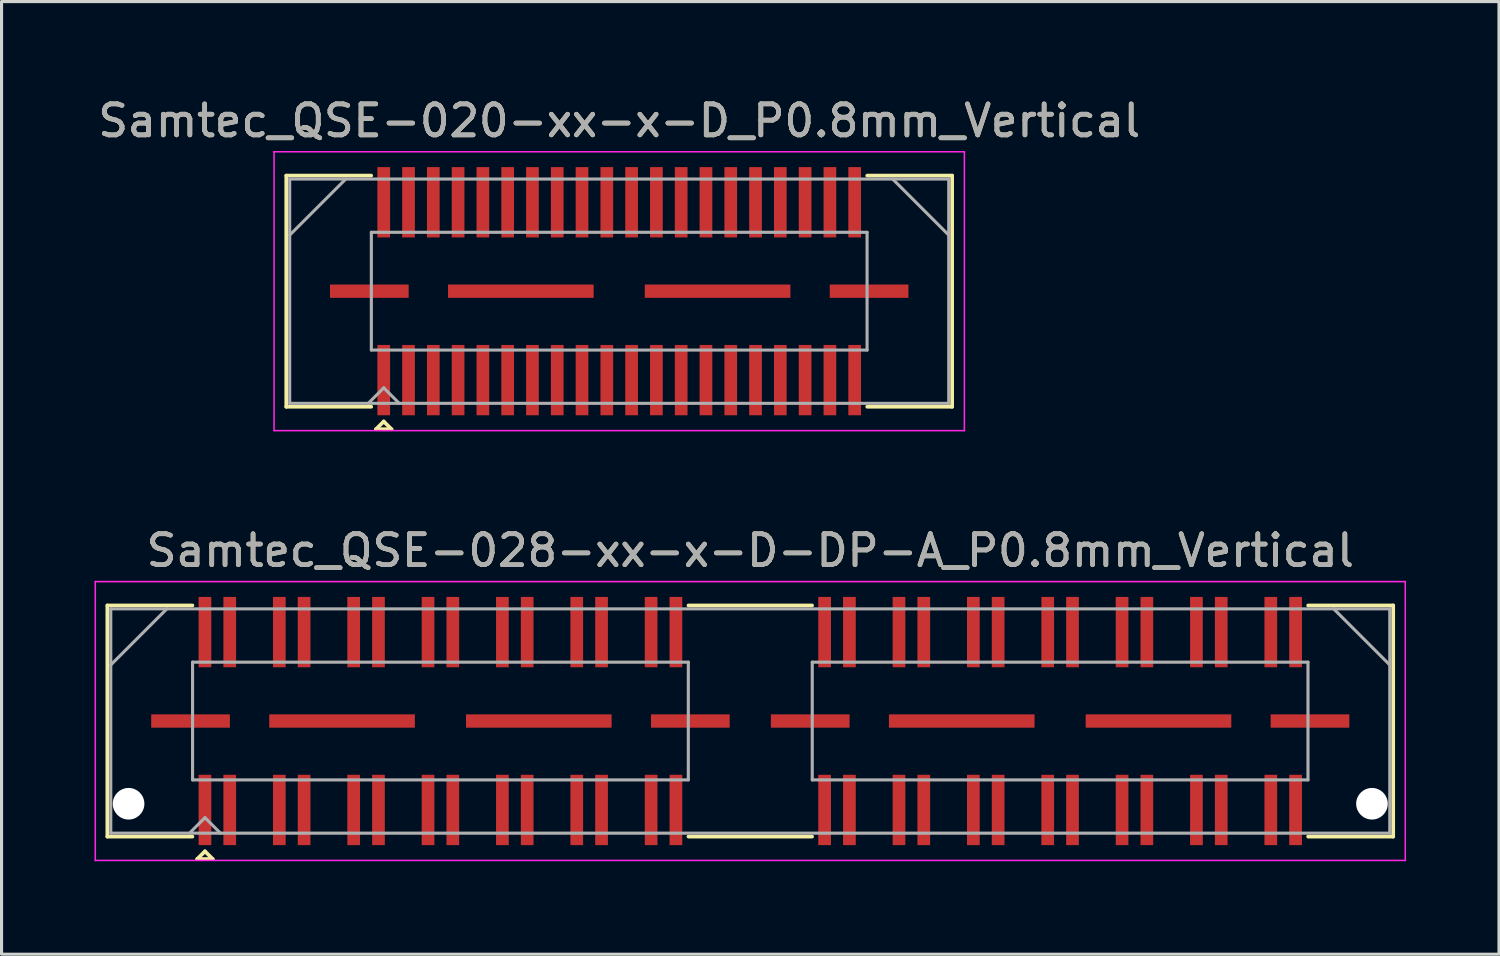
<source format=kicad_pcb>
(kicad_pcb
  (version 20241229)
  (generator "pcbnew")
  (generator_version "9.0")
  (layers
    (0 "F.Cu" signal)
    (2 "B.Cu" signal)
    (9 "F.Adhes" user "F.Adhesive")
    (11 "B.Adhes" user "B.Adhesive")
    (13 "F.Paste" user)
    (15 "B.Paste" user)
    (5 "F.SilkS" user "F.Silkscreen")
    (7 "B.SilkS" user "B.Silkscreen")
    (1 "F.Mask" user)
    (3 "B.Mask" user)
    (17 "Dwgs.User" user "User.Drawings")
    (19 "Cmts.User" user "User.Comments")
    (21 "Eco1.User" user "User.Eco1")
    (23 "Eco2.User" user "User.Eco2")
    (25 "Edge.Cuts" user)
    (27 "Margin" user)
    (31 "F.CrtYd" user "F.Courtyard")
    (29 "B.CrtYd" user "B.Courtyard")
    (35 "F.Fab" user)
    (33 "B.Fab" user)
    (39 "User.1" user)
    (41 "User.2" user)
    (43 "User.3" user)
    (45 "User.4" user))
  (footprint "Samtec_QSE-028-xx-x-D-DP-A_P0.8mm_Vertical"
    (layer "F.Cu")
    (at 21.165 20.221)
    (property "Reference" "Samtec_QSE-028-xx-x-D-DP-A_P0.8mm_Vertical" (at 0 -5.5 0) (layer "F.SilkS") (effects (font (size 1 1) (thickness 0.15))))
    (attr smd)
    (fp_line (start -20.75 -3.73) (end -18.005 -3.73) (stroke (width 0.12) (type solid)) (layer "F.SilkS"))
    (fp_line (start -20.75 3.73) (end -20.75 -3.73) (stroke (width 0.12) (type solid)) (layer "F.SilkS"))
    (fp_line (start -18.005 3.73) (end -20.75 3.73) (stroke (width 0.12) (type solid)) (layer "F.SilkS"))
    (fp_line (start -17.85 4.455) (end -17.6 4.205) (stroke (width 0.12) (type solid)) (layer "F.SilkS"))
    (fp_line (start -17.6 4.205) (end -17.35 4.455) (stroke (width 0.12) (type solid)) (layer "F.SilkS"))
    (fp_line (start -17.35 4.455) (end -17.85 4.455) (stroke (width 0.12) (type solid)) (layer "F.SilkS"))
    (fp_line (start -1.995 -3.73) (end 1.995 -3.73) (stroke (width 0.12) (type solid)) (layer "F.SilkS"))
    (fp_line (start -1.995 3.73) (end 1.995 3.73) (stroke (width 0.12) (type solid)) (layer "F.SilkS"))
    (fp_line (start 18.005 3.73) (end 20.75 3.73) (stroke (width 0.12) (type solid)) (layer "F.SilkS"))
    (fp_line (start 20.75 -3.73) (end 18.005 -3.73) (stroke (width 0.12) (type solid)) (layer "F.SilkS"))
    (fp_line (start 20.75 3.73) (end 20.75 -3.73) (stroke (width 0.12) (type solid)) (layer "F.SilkS"))
    (fp_line (start -21.14 -4.5) (end -21.14 4.5) (stroke (width 0.05) (type solid)) (layer "F.CrtYd"))
    (fp_line (start -21.14 4.5) (end 21.14 4.5) (stroke (width 0.05) (type solid)) (layer "F.CrtYd"))
    (fp_line (start 21.14 -4.5) (end -21.14 -4.5) (stroke (width 0.05) (type solid)) (layer "F.CrtYd"))
    (fp_line (start 21.14 4.5) (end 21.14 -4.5) (stroke (width 0.05) (type solid)) (layer "F.CrtYd"))
    (fp_line (start -20.64 -3.62) (end -20.64 3.62) (stroke (width 0.1) (type solid)) (layer "F.Fab"))
    (fp_line (start -20.64 -1.81) (end -18.83 -3.62) (stroke (width 0.1) (type solid)) (layer "F.Fab"))
    (fp_line (start -20.64 3.62) (end 20.64 3.62) (stroke (width 0.1) (type solid)) (layer "F.Fab"))
    (fp_line (start -18.1 3.62) (end -17.6 3.12) (stroke (width 0.1) (type solid)) (layer "F.Fab"))
    (fp_line (start -18 -1.9) (end -18 1.9) (stroke (width 0.1) (type solid)) (layer "F.Fab"))
    (fp_line (start -18 1.9) (end -2 1.9) (stroke (width 0.1) (type solid)) (layer "F.Fab"))
    (fp_line (start -17.6 3.12) (end -17.1 3.62) (stroke (width 0.1) (type solid)) (layer "F.Fab"))
    (fp_line (start -2 -1.9) (end -18 -1.9) (stroke (width 0.1) (type solid)) (layer "F.Fab"))
    (fp_line (start -2 1.9) (end -2 -1.9) (stroke (width 0.1) (type solid)) (layer "F.Fab"))
    (fp_line (start 2 -1.9) (end 2 1.9) (stroke (width 0.1) (type solid)) (layer "F.Fab"))
    (fp_line (start 2 1.9) (end 18 1.9) (stroke (width 0.1) (type solid)) (layer "F.Fab"))
    (fp_line (start 18 -1.9) (end 2 -1.9) (stroke (width 0.1) (type solid)) (layer "F.Fab"))
    (fp_line (start 18 1.9) (end 18 -1.9) (stroke (width 0.1) (type solid)) (layer "F.Fab"))
    (fp_line (start 20.64 -3.62) (end -20.64 -3.62) (stroke (width 0.1) (type solid)) (layer "F.Fab"))
    (fp_line (start 20.64 -1.81) (end 18.83 -3.62) (stroke (width 0.1) (type solid)) (layer "F.Fab"))
    (fp_line (start 20.64 3.62) (end 20.64 -3.62) (stroke (width 0.1) (type solid)) (layer "F.Fab"))
    (fp_text user "${REFERENCE}" (at 0 -5.5 0) (layer "F.Fab") (effects (font (size 1 1) (thickness 0.15))))
    (pad "" np_thru_hole circle (at -20.065 2.67) (size 1.02 1.02) (drill 1.02) (layers "*.Cu" "*.Mask"))
    (pad "" np_thru_hole circle (at 20.065 2.67) (size 1.02 1.02) (drill 1.02) (layers "*.Cu" "*.Mask"))
    (pad "1" smd rect (at -17.6 2.87) (size 0.41 2.27) (layers "F.Cu" "F.Mask" "F.Paste"))
    (pad "2" smd rect (at -17.6 -2.87) (size 0.41 2.27) (layers "F.Cu" "F.Mask" "F.Paste"))
    (pad "3" smd rect (at -16.8 2.87) (size 0.41 2.27) (layers "F.Cu" "F.Mask" "F.Paste"))
    (pad "4" smd rect (at -16.8 -2.87) (size 0.41 2.27) (layers "F.Cu" "F.Mask" "F.Paste"))
    (pad "5" smd rect (at -15.2 2.87) (size 0.41 2.27) (layers "F.Cu" "F.Mask" "F.Paste"))
    (pad "6" smd rect (at -15.2 -2.87) (size 0.41 2.27) (layers "F.Cu" "F.Mask" "F.Paste"))
    (pad "7" smd rect (at -14.4 2.87) (size 0.41 2.27) (layers "F.Cu" "F.Mask" "F.Paste"))
    (pad "8" smd rect (at -14.4 -2.87) (size 0.41 2.27) (layers "F.Cu" "F.Mask" "F.Paste"))
    (pad "9" smd rect (at -12.8 2.87) (size 0.41 2.27) (layers "F.Cu" "F.Mask" "F.Paste"))
    (pad "10" smd rect (at -12.8 -2.87) (size 0.41 2.27) (layers "F.Cu" "F.Mask" "F.Paste"))
    (pad "11" smd rect (at -12 2.87) (size 0.41 2.27) (layers "F.Cu" "F.Mask" "F.Paste"))
    (pad "12" smd rect (at -12 -2.87) (size 0.41 2.27) (layers "F.Cu" "F.Mask" "F.Paste"))
    (pad "13" smd rect (at -10.4 2.87) (size 0.41 2.27) (layers "F.Cu" "F.Mask" "F.Paste"))
    (pad "14" smd rect (at -10.4 -2.87) (size 0.41 2.27) (layers "F.Cu" "F.Mask" "F.Paste"))
    (pad "15" smd rect (at -9.6 2.87) (size 0.41 2.27) (layers "F.Cu" "F.Mask" "F.Paste"))
    (pad "16" smd rect (at -9.6 -2.87) (size 0.41 2.27) (layers "F.Cu" "F.Mask" "F.Paste"))
    (pad "17" smd rect (at -8 2.87) (size 0.41 2.27) (layers "F.Cu" "F.Mask" "F.Paste"))
    (pad "18" smd rect (at -8 -2.87) (size 0.41 2.27) (layers "F.Cu" "F.Mask" "F.Paste"))
    (pad "19" smd rect (at -7.2 2.87) (size 0.41 2.27) (layers "F.Cu" "F.Mask" "F.Paste"))
    (pad "20" smd rect (at -7.2 -2.87) (size 0.41 2.27) (layers "F.Cu" "F.Mask" "F.Paste"))
    (pad "21" smd rect (at -5.6 2.87) (size 0.41 2.27) (layers "F.Cu" "F.Mask" "F.Paste"))
    (pad "22" smd rect (at -5.6 -2.87) (size 0.41 2.27) (layers "F.Cu" "F.Mask" "F.Paste"))
    (pad "23" smd rect (at -4.8 2.87) (size 0.41 2.27) (layers "F.Cu" "F.Mask" "F.Paste"))
    (pad "24" smd rect (at -4.8 -2.87) (size 0.41 2.27) (layers "F.Cu" "F.Mask" "F.Paste"))
    (pad "25" smd rect (at -3.2 2.87) (size 0.41 2.27) (layers "F.Cu" "F.Mask" "F.Paste"))
    (pad "26" smd rect (at -3.2 -2.87) (size 0.41 2.27) (layers "F.Cu" "F.Mask" "F.Paste"))
    (pad "27" smd rect (at -2.4 2.87) (size 0.41 2.27) (layers "F.Cu" "F.Mask" "F.Paste"))
    (pad "28" smd rect (at -2.4 -2.87) (size 0.41 2.27) (layers "F.Cu" "F.Mask" "F.Paste"))
    (pad "29" smd rect (at 2.4 2.87) (size 0.41 2.27) (layers "F.Cu" "F.Mask" "F.Paste"))
    (pad "30" smd rect (at 2.4 -2.87) (size 0.41 2.27) (layers "F.Cu" "F.Mask" "F.Paste"))
    (pad "31" smd rect (at 3.2 2.87) (size 0.41 2.27) (layers "F.Cu" "F.Mask" "F.Paste"))
    (pad "32" smd rect (at 3.2 -2.87) (size 0.41 2.27) (layers "F.Cu" "F.Mask" "F.Paste"))
    (pad "33" smd rect (at 4.8 2.87) (size 0.41 2.27) (layers "F.Cu" "F.Mask" "F.Paste"))
    (pad "34" smd rect (at 4.8 -2.87) (size 0.41 2.27) (layers "F.Cu" "F.Mask" "F.Paste"))
    (pad "35" smd rect (at 5.6 2.87) (size 0.41 2.27) (layers "F.Cu" "F.Mask" "F.Paste"))
    (pad "36" smd rect (at 5.6 -2.87) (size 0.41 2.27) (layers "F.Cu" "F.Mask" "F.Paste"))
    (pad "37" smd rect (at 7.2 2.87) (size 0.41 2.27) (layers "F.Cu" "F.Mask" "F.Paste"))
    (pad "38" smd rect (at 7.2 -2.87) (size 0.41 2.27) (layers "F.Cu" "F.Mask" "F.Paste"))
    (pad "39" smd rect (at 8 2.87) (size 0.41 2.27) (layers "F.Cu" "F.Mask" "F.Paste"))
    (pad "40" smd rect (at 8 -2.87) (size 0.41 2.27) (layers "F.Cu" "F.Mask" "F.Paste"))
    (pad "41" smd rect (at 9.6 2.87) (size 0.41 2.27) (layers "F.Cu" "F.Mask" "F.Paste"))
    (pad "42" smd rect (at 9.6 -2.87) (size 0.41 2.27) (layers "F.Cu" "F.Mask" "F.Paste"))
    (pad "43" smd rect (at 10.4 2.87) (size 0.41 2.27) (layers "F.Cu" "F.Mask" "F.Paste"))
    (pad "44" smd rect (at 10.4 -2.87) (size 0.41 2.27) (layers "F.Cu" "F.Mask" "F.Paste"))
    (pad "45" smd rect (at 12 2.87) (size 0.41 2.27) (layers "F.Cu" "F.Mask" "F.Paste"))
    (pad "46" smd rect (at 12 -2.87) (size 0.41 2.27) (layers "F.Cu" "F.Mask" "F.Paste"))
    (pad "47" smd rect (at 12.8 2.87) (size 0.41 2.27) (layers "F.Cu" "F.Mask" "F.Paste"))
    (pad "48" smd rect (at 12.8 -2.87) (size 0.41 2.27) (layers "F.Cu" "F.Mask" "F.Paste"))
    (pad "49" smd rect (at 14.4 2.87) (size 0.41 2.27) (layers "F.Cu" "F.Mask" "F.Paste"))
    (pad "50" smd rect (at 14.4 -2.87) (size 0.41 2.27) (layers "F.Cu" "F.Mask" "F.Paste"))
    (pad "51" smd rect (at 15.2 2.87) (size 0.41 2.27) (layers "F.Cu" "F.Mask" "F.Paste"))
    (pad "52" smd rect (at 15.2 -2.87) (size 0.41 2.27) (layers "F.Cu" "F.Mask" "F.Paste"))
    (pad "53" smd rect (at 16.8 2.87) (size 0.41 2.27) (layers "F.Cu" "F.Mask" "F.Paste"))
    (pad "54" smd rect (at 16.8 -2.87) (size 0.41 2.27) (layers "F.Cu" "F.Mask" "F.Paste"))
    (pad "55" smd rect (at 17.6 2.87) (size 0.41 2.27) (layers "F.Cu" "F.Mask" "F.Paste"))
    (pad "56" smd rect (at 17.6 -2.87) (size 0.41 2.27) (layers "F.Cu" "F.Mask" "F.Paste"))
    (pad "P1" smd rect (at -18.065 0) (size 2.54 0.43) (layers "F.Cu" "F.Mask" "F.Paste"))
    (pad "P1" smd rect (at -13.175 0) (size 4.7 0.43) (layers "F.Cu" "F.Mask" "F.Paste"))
    (pad "P1" smd rect (at -6.825 0) (size 4.7 0.43) (layers "F.Cu" "F.Mask" "F.Paste"))
    (pad "P1" smd rect (at -1.935 0) (size 2.54 0.43) (layers "F.Cu" "F.Mask" "F.Paste"))
    (pad "P2" smd rect (at 1.935 0) (size 2.54 0.43) (layers "F.Cu" "F.Mask" "F.Paste"))
    (pad "P2" smd rect (at 6.825 0) (size 4.7 0.43) (layers "F.Cu" "F.Mask" "F.Paste"))
    (pad "P2" smd rect (at 13.175 0) (size 4.7 0.43) (layers "F.Cu" "F.Mask" "F.Paste"))
    (pad "P2" smd rect (at 18.065 0) (size 2.54 0.43) (layers "F.Cu" "F.Mask" "F.Paste")))
  (footprint "Samtec_QSE-020-xx-x-D_P0.8mm_Vertical"
    (layer "F.Cu")
    (at 16.935 6.348)
    (property "Reference" "Samtec_QSE-020-xx-x-D_P0.8mm_Vertical" (at 0 -5.5 0) (layer "F.SilkS") (effects (font (size 1 1) (thickness 0.15))))
    (attr smd)
    (fp_line (start -10.745 -3.73) (end -8.005 -3.73) (stroke (width 0.12) (type solid)) (layer "F.SilkS"))
    (fp_line (start -10.745 3.73) (end -10.745 -3.73) (stroke (width 0.12) (type solid)) (layer "F.SilkS"))
    (fp_line (start -8.005 3.73) (end -10.745 3.73) (stroke (width 0.12) (type solid)) (layer "F.SilkS"))
    (fp_line (start -7.85 4.455) (end -7.6 4.205) (stroke (width 0.12) (type solid)) (layer "F.SilkS"))
    (fp_line (start -7.6 4.205) (end -7.35 4.455) (stroke (width 0.12) (type solid)) (layer "F.SilkS"))
    (fp_line (start -7.35 4.455) (end -7.85 4.455) (stroke (width 0.12) (type solid)) (layer "F.SilkS"))
    (fp_line (start 8.005 3.73) (end 10.745 3.73) (stroke (width 0.12) (type solid)) (layer "F.SilkS"))
    (fp_line (start 10.745 -3.73) (end 8.005 -3.73) (stroke (width 0.12) (type solid)) (layer "F.SilkS"))
    (fp_line (start 10.745 3.73) (end 10.745 -3.73) (stroke (width 0.12) (type solid)) (layer "F.SilkS"))
    (fp_line (start -11.14 -4.5) (end -11.14 4.5) (stroke (width 0.05) (type solid)) (layer "F.CrtYd"))
    (fp_line (start -11.14 4.5) (end 11.14 4.5) (stroke (width 0.05) (type solid)) (layer "F.CrtYd"))
    (fp_line (start 11.14 -4.5) (end -11.14 -4.5) (stroke (width 0.05) (type solid)) (layer "F.CrtYd"))
    (fp_line (start 11.14 4.5) (end 11.14 -4.5) (stroke (width 0.05) (type solid)) (layer "F.CrtYd"))
    (fp_line (start -10.635 -3.62) (end -10.635 3.62) (stroke (width 0.1) (type solid)) (layer "F.Fab"))
    (fp_line (start -10.635 -1.81) (end -8.825 -3.62) (stroke (width 0.1) (type solid)) (layer "F.Fab"))
    (fp_line (start -10.635 3.62) (end 10.635 3.62) (stroke (width 0.1) (type solid)) (layer "F.Fab"))
    (fp_line (start -8.1 3.62) (end -7.6 3.12) (stroke (width 0.1) (type solid)) (layer "F.Fab"))
    (fp_line (start -8 -1.9) (end -8 1.9) (stroke (width 0.1) (type solid)) (layer "F.Fab"))
    (fp_line (start -8 1.9) (end 8 1.9) (stroke (width 0.1) (type solid)) (layer "F.Fab"))
    (fp_line (start -7.6 3.12) (end -7.1 3.62) (stroke (width 0.1) (type solid)) (layer "F.Fab"))
    (fp_line (start 8 -1.9) (end -8 -1.9) (stroke (width 0.1) (type solid)) (layer "F.Fab"))
    (fp_line (start 8 1.9) (end 8 -1.9) (stroke (width 0.1) (type solid)) (layer "F.Fab"))
    (fp_line (start 10.635 -3.62) (end -10.635 -3.62) (stroke (width 0.1) (type solid)) (layer "F.Fab"))
    (fp_line (start 10.635 -1.81) (end 8.825 -3.62) (stroke (width 0.1) (type solid)) (layer "F.Fab"))
    (fp_line (start 10.635 3.62) (end 10.635 -3.62) (stroke (width 0.1) (type solid)) (layer "F.Fab"))
    (fp_text user "${REFERENCE}" (at 0 -5.5 0) (layer "F.Fab") (effects (font (size 1 1) (thickness 0.15))))
    (pad "1" smd rect (at -7.6 2.87) (size 0.41 2.27) (layers "F.Cu" "F.Mask" "F.Paste"))
    (pad "2" smd rect (at -7.6 -2.87) (size 0.41 2.27) (layers "F.Cu" "F.Mask" "F.Paste"))
    (pad "3" smd rect (at -6.8 2.87) (size 0.41 2.27) (layers "F.Cu" "F.Mask" "F.Paste"))
    (pad "4" smd rect (at -6.8 -2.87) (size 0.41 2.27) (layers "F.Cu" "F.Mask" "F.Paste"))
    (pad "5" smd rect (at -6 2.87) (size 0.41 2.27) (layers "F.Cu" "F.Mask" "F.Paste"))
    (pad "6" smd rect (at -6 -2.87) (size 0.41 2.27) (layers "F.Cu" "F.Mask" "F.Paste"))
    (pad "7" smd rect (at -5.2 2.87) (size 0.41 2.27) (layers "F.Cu" "F.Mask" "F.Paste"))
    (pad "8" smd rect (at -5.2 -2.87) (size 0.41 2.27) (layers "F.Cu" "F.Mask" "F.Paste"))
    (pad "9" smd rect (at -4.4 2.87) (size 0.41 2.27) (layers "F.Cu" "F.Mask" "F.Paste"))
    (pad "10" smd rect (at -4.4 -2.87) (size 0.41 2.27) (layers "F.Cu" "F.Mask" "F.Paste"))
    (pad "11" smd rect (at -3.6 2.87) (size 0.41 2.27) (layers "F.Cu" "F.Mask" "F.Paste"))
    (pad "12" smd rect (at -3.6 -2.87) (size 0.41 2.27) (layers "F.Cu" "F.Mask" "F.Paste"))
    (pad "13" smd rect (at -2.8 2.87) (size 0.41 2.27) (layers "F.Cu" "F.Mask" "F.Paste"))
    (pad "14" smd rect (at -2.8 -2.87) (size 0.41 2.27) (layers "F.Cu" "F.Mask" "F.Paste"))
    (pad "15" smd rect (at -2 2.87) (size 0.41 2.27) (layers "F.Cu" "F.Mask" "F.Paste"))
    (pad "16" smd rect (at -2 -2.87) (size 0.41 2.27) (layers "F.Cu" "F.Mask" "F.Paste"))
    (pad "17" smd rect (at -1.2 2.87) (size 0.41 2.27) (layers "F.Cu" "F.Mask" "F.Paste"))
    (pad "18" smd rect (at -1.2 -2.87) (size 0.41 2.27) (layers "F.Cu" "F.Mask" "F.Paste"))
    (pad "19" smd rect (at -0.4 2.87) (size 0.41 2.27) (layers "F.Cu" "F.Mask" "F.Paste"))
    (pad "20" smd rect (at -0.4 -2.87) (size 0.41 2.27) (layers "F.Cu" "F.Mask" "F.Paste"))
    (pad "21" smd rect (at 0.4 2.87) (size 0.41 2.27) (layers "F.Cu" "F.Mask" "F.Paste"))
    (pad "22" smd rect (at 0.4 -2.87) (size 0.41 2.27) (layers "F.Cu" "F.Mask" "F.Paste"))
    (pad "23" smd rect (at 1.2 2.87) (size 0.41 2.27) (layers "F.Cu" "F.Mask" "F.Paste"))
    (pad "24" smd rect (at 1.2 -2.87) (size 0.41 2.27) (layers "F.Cu" "F.Mask" "F.Paste"))
    (pad "25" smd rect (at 2 2.87) (size 0.41 2.27) (layers "F.Cu" "F.Mask" "F.Paste"))
    (pad "26" smd rect (at 2 -2.87) (size 0.41 2.27) (layers "F.Cu" "F.Mask" "F.Paste"))
    (pad "27" smd rect (at 2.8 2.87) (size 0.41 2.27) (layers "F.Cu" "F.Mask" "F.Paste"))
    (pad "28" smd rect (at 2.8 -2.87) (size 0.41 2.27) (layers "F.Cu" "F.Mask" "F.Paste"))
    (pad "29" smd rect (at 3.6 2.87) (size 0.41 2.27) (layers "F.Cu" "F.Mask" "F.Paste"))
    (pad "30" smd rect (at 3.6 -2.87) (size 0.41 2.27) (layers "F.Cu" "F.Mask" "F.Paste"))
    (pad "31" smd rect (at 4.4 2.87) (size 0.41 2.27) (layers "F.Cu" "F.Mask" "F.Paste"))
    (pad "32" smd rect (at 4.4 -2.87) (size 0.41 2.27) (layers "F.Cu" "F.Mask" "F.Paste"))
    (pad "33" smd rect (at 5.2 2.87) (size 0.41 2.27) (layers "F.Cu" "F.Mask" "F.Paste"))
    (pad "34" smd rect (at 5.2 -2.87) (size 0.41 2.27) (layers "F.Cu" "F.Mask" "F.Paste"))
    (pad "35" smd rect (at 6 2.87) (size 0.41 2.27) (layers "F.Cu" "F.Mask" "F.Paste"))
    (pad "36" smd rect (at 6 -2.87) (size 0.41 2.27) (layers "F.Cu" "F.Mask" "F.Paste"))
    (pad "37" smd rect (at 6.8 2.87) (size 0.41 2.27) (layers "F.Cu" "F.Mask" "F.Paste"))
    (pad "38" smd rect (at 6.8 -2.87) (size 0.41 2.27) (layers "F.Cu" "F.Mask" "F.Paste"))
    (pad "39" smd rect (at 7.6 2.87) (size 0.41 2.27) (layers "F.Cu" "F.Mask" "F.Paste"))
    (pad "40" smd rect (at 7.6 -2.87) (size 0.41 2.27) (layers "F.Cu" "F.Mask" "F.Paste"))
    (pad "P1" smd rect (at -8.065 0) (size 2.54 0.43) (layers "F.Cu" "F.Mask" "F.Paste"))
    (pad "P1" smd rect (at -3.175 0) (size 4.7 0.43) (layers "F.Cu" "F.Mask" "F.Paste"))
    (pad "P1" smd rect (at 3.175 0) (size 4.7 0.43) (layers "F.Cu" "F.Mask" "F.Paste"))
    (pad "P1" smd rect (at 8.065 0) (size 2.54 0.43) (layers "F.Cu" "F.Mask" "F.Paste")))
  (gr_rect
    (start -3 -3)
    (end 45.33 27.747)
    (stroke (width 0.1) (type default))
    (fill no)
    (layer "Edge.Cuts")))
</source>
